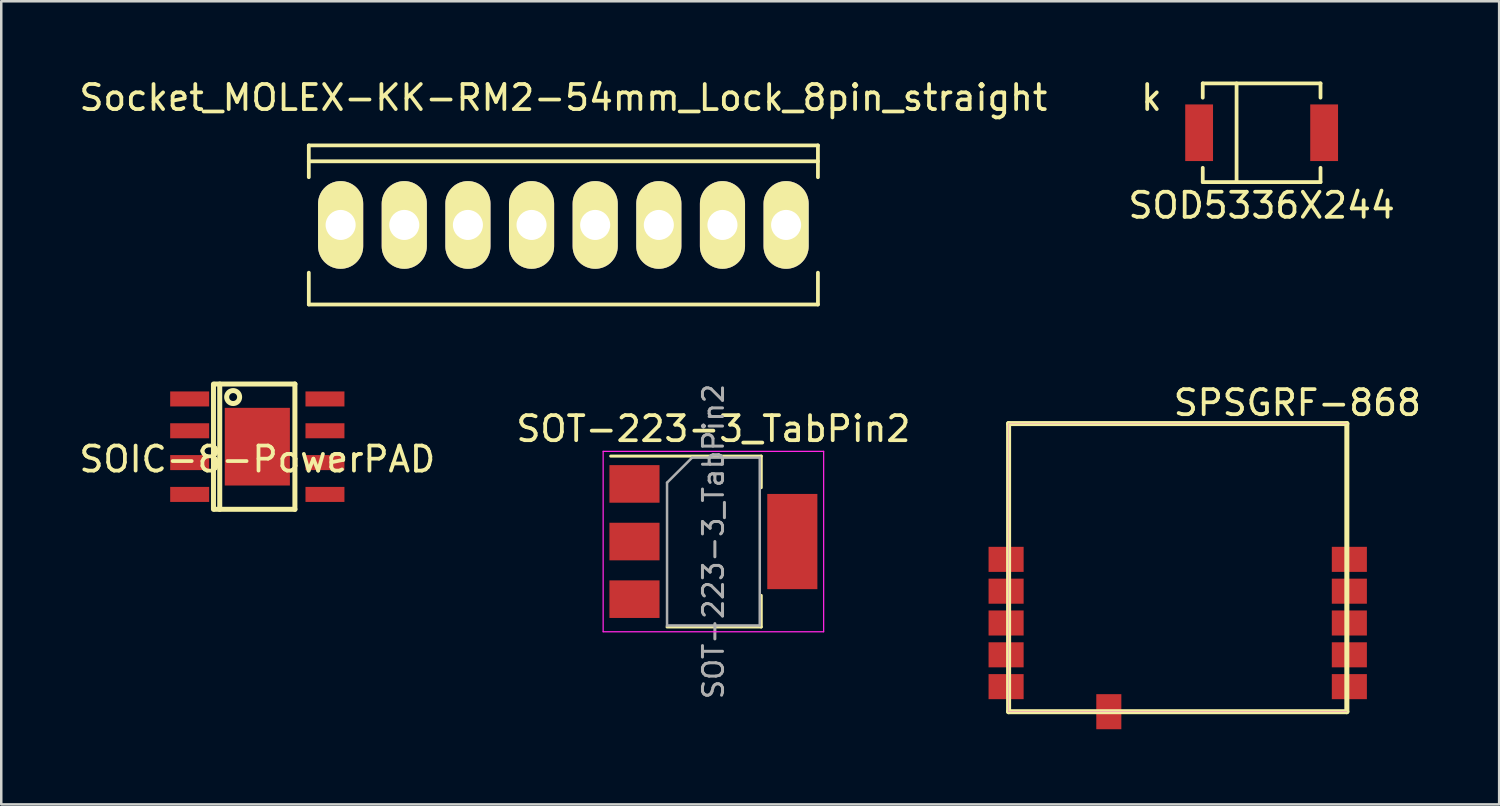
<source format=kicad_pcb>
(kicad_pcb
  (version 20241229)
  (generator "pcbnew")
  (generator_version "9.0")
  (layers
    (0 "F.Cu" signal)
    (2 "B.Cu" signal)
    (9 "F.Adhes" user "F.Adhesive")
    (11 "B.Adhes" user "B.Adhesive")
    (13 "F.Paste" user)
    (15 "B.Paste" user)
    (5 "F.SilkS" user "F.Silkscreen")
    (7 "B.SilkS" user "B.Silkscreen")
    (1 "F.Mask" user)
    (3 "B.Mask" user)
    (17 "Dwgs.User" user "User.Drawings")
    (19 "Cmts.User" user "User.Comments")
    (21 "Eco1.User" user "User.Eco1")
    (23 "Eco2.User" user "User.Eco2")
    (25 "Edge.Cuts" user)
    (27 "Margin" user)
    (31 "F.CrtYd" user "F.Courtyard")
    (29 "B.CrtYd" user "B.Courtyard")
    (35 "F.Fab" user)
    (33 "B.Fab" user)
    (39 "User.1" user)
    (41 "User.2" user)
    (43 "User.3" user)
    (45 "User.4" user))
  (footprint "Socket_MOLEX-KK-RM2-54mm_Lock_8pin_straight"
    (layer "F.Cu")
    (at 19.435 5.928)
    (property "Reference" "Socket_MOLEX-KK-RM2-54mm_Lock_8pin_straight" (at 0 -5.08 0) (layer "F.SilkS") (effects (font (size 1 1) (thickness 0.15))))
    (attr through_hole)
    (fp_line (start -10.16 -3.175) (end 10.16 -3.175) (stroke (width 0.15) (type solid)) (layer "F.SilkS"))
    (fp_line (start -10.16 -1.905) (end -10.16 -3.175) (stroke (width 0.15) (type solid)) (layer "F.SilkS"))
    (fp_line (start -10.16 3.175) (end -10.16 1.905) (stroke (width 0.15) (type solid)) (layer "F.SilkS"))
    (fp_line (start 10.16 -3.175) (end 10.16 -1.905) (stroke (width 0.15) (type solid)) (layer "F.SilkS"))
    (fp_line (start 10.16 -2.54) (end -10.16 -2.54) (stroke (width 0.15) (type solid)) (layer "F.SilkS"))
    (fp_line (start 10.16 3.175) (end -10.16 3.175) (stroke (width 0.15) (type solid)) (layer "F.SilkS"))
    (fp_line (start 10.16 3.175) (end 10.16 1.905) (stroke (width 0.15) (type solid)) (layer "F.SilkS"))
    (pad "1" thru_hole oval (at -8.89 0) (size 1.801 3.5) (drill 1.199) (layers "*.Cu" "*.Mask" "F.SilkS"))
    (pad "2" thru_hole oval (at -6.35 0) (size 1.801 3.5) (drill 1.199) (layers "*.Cu" "*.Mask" "F.SilkS"))
    (pad "3" thru_hole oval (at -3.81 0) (size 1.801 3.5) (drill 1.199) (layers "*.Cu" "*.Mask" "F.SilkS"))
    (pad "4" thru_hole oval (at -1.27 0) (size 1.801 3.5) (drill 1.199) (layers "*.Cu" "*.Mask" "F.SilkS"))
    (pad "5" thru_hole oval (at 1.27 0) (size 1.801 3.5) (drill 1.199) (layers "*.Cu" "*.Mask" "F.SilkS"))
    (pad "6" thru_hole oval (at 3.81 0) (size 1.801 3.5) (drill 1.199) (layers "*.Cu" "*.Mask" "F.SilkS"))
    (pad "7" thru_hole oval (at 6.35 0) (size 1.801 3.5) (drill 1.199) (layers "*.Cu" "*.Mask" "F.SilkS"))
    (pad "8" thru_hole oval (at 8.89 0) (size 1.801 3.5) (drill 1.199) (layers "*.Cu" "*.Mask" "F.SilkS")))
  (footprint "SOIC-8-PowerPAD"
    (layer "F.Cu")
    (at 7.22 14.778)
    (property "Reference" "SOIC-8-PowerPAD" (at 0 0.5 0) (layer "F.SilkS") (effects (font (size 1 1) (thickness 0.15))))
    (attr through_hole)
    (fp_line (start -1.75 -2.5) (end -1.75 2.5) (stroke (width 0.2) (type solid)) (layer "F.SilkS"))
    (fp_line (start -1.7 -2.5) (end 1.5 -2.5) (stroke (width 0.2) (type solid)) (layer "F.SilkS"))
    (fp_line (start -1.7 2.5) (end 1.5 2.5) (stroke (width 0.2) (type solid)) (layer "F.SilkS"))
    (fp_line (start -1.5 -2.5) (end -1.5 2.5) (stroke (width 0.2) (type solid)) (layer "F.SilkS"))
    (fp_line (start 1.5 2.5) (end 1.5 -2.5) (stroke (width 0.2) (type solid)) (layer "F.SilkS"))
    (fp_circle (center -0.965 -1.981) (end -0.711 -1.93) (stroke (width 0.2) (type solid)) (fill no) (layer "F.SilkS"))
    (pad "1" smd rect (at -2.7 -1.905) (size 1.555 0.6) (layers "F.Cu" "F.Mask" "F.Paste"))
    (pad "2" smd rect (at -2.7 -0.635) (size 1.555 0.6) (layers "F.Cu" "F.Mask" "F.Paste"))
    (pad "3" smd rect (at -2.7 0.635) (size 1.555 0.6) (layers "F.Cu" "F.Mask" "F.Paste"))
    (pad "4" smd rect (at -2.7 1.905) (size 1.555 0.6) (layers "F.Cu" "F.Mask" "F.Paste"))
    (pad "5" smd rect (at 2.7 1.905) (size 1.555 0.6) (layers "F.Cu" "F.Mask" "F.Paste"))
    (pad "6" smd rect (at 2.7 0.635) (size 1.555 0.6) (layers "F.Cu" "F.Mask" "F.Paste"))
    (pad "7" smd rect (at 2.7 -0.635) (size 1.555 0.6) (layers "F.Cu" "F.Mask" "F.Paste"))
    (pad "8" smd rect (at 2.7 -1.905) (size 1.555 0.6) (layers "F.Cu" "F.Mask" "F.Paste"))
    (pad "9" smd rect (at 0 0) (size 2.6 3.1) (layers "F.Cu" "F.Mask" "F.Paste")))
  (footprint "SPSGRF-868"
    (layer "F.Cu")
    (at 43.955 21.815)
    (property "Reference" "SPSGRF-868" (at 4.775 -8.788 0) (layer "F.SilkS") (effects (font (size 1 1) (thickness 0.15))))
    (attr through_hole)
    (fp_line (start -6.75 -7.96) (end -6.75 3.54) (stroke (width 0.2) (type solid)) (layer "F.SilkS"))
    (fp_line (start -6.75 -7.96) (end 6.75 -7.96) (stroke (width 0.2) (type solid)) (layer "F.SilkS"))
    (fp_line (start 6.75 -7.96) (end 6.75 3.54) (stroke (width 0.2) (type solid)) (layer "F.SilkS"))
    (fp_line (start 6.75 3.54) (end -6.75 3.54) (stroke (width 0.2) (type solid)) (layer "F.SilkS"))
    (fp_line (start -6.75 -7.96) (end -6.75 3.54) (stroke (width 0.01) (type solid)) (layer "F.CrtYd"))
    (fp_line (start -6.75 -7.96) (end 6.75 -7.96) (stroke (width 0.01) (type solid)) (layer "F.CrtYd"))
    (fp_line (start 6.75 3.54) (end -6.75 3.54) (stroke (width 0.01) (type solid)) (layer "F.CrtYd"))
    (pad "1" smd rect (at -6.85 -2.54) (size 1.4 1) (layers "F.Cu" "F.Mask" "F.Paste"))
    (pad "2" smd rect (at -6.85 -1.27) (size 1.4 1) (layers "F.Cu" "F.Mask" "F.Paste"))
    (pad "3" smd rect (at -6.85 0) (size 1.4 1) (layers "F.Cu" "F.Mask" "F.Paste"))
    (pad "4" smd rect (at -6.85 1.27) (size 1.4 1) (layers "F.Cu" "F.Mask" "F.Paste"))
    (pad "5" smd rect (at -6.85 2.54) (size 1.4 1) (layers "F.Cu" "F.Mask" "F.Paste"))
    (pad "6" smd rect (at -2.75 3.54) (size 1 1.4) (layers "F.Cu" "F.Mask" "F.Paste"))
    (pad "7" smd rect (at 6.85 2.54) (size 1.4 1) (layers "F.Cu" "F.Mask" "F.Paste"))
    (pad "8" smd rect (at 6.85 1.27) (size 1.4 1) (layers "F.Cu" "F.Mask" "F.Paste"))
    (pad "9" smd rect (at 6.85 0) (size 1.4 1) (layers "F.Cu" "F.Mask" "F.Paste"))
    (pad "10" smd rect (at 6.85 -1.27) (size 1.4 1) (layers "F.Cu" "F.Mask" "F.Paste"))
    (pad "11" smd rect (at 6.85 -2.54) (size 1.4 1) (layers "F.Cu" "F.Mask" "F.Paste")))
  (footprint "SOD5336X244"
    (layer "F.Cu")
    (at 47.304 2.248)
    (property "Reference" "SOD5336X244" (at 0 2.9 0) (layer "F.SilkS") (effects (font (size 1 1) (thickness 0.15))))
    (attr through_hole)
    (fp_line (start -2.35 -1.97) (end 2.35 -1.97) (stroke (width 0.15) (type solid)) (layer "F.SilkS"))
    (fp_line (start -2.35 -1.4) (end -2.35 -1.97) (stroke (width 0.15) (type solid)) (layer "F.SilkS"))
    (fp_line (start -2.35 1.97) (end -2.35 1.4) (stroke (width 0.15) (type solid)) (layer "F.SilkS"))
    (fp_line (start -1 -1.97) (end -1 1.97) (stroke (width 0.15) (type solid)) (layer "F.SilkS"))
    (fp_line (start 2.35 -1.97) (end 2.35 -1.4) (stroke (width 0.15) (type solid)) (layer "F.SilkS"))
    (fp_line (start 2.35 1.4) (end 2.35 1.97) (stroke (width 0.15) (type solid)) (layer "F.SilkS"))
    (fp_line (start 2.35 1.97) (end -2.35 1.97) (stroke (width 0.15) (type solid)) (layer "F.SilkS"))
    (fp_text user "k" (at -4.4 -1.4 0) (layer "F.SilkS") (effects (font (size 1 1) (thickness 0.15))))
    (pad "1" smd rect (at -2.495 0 90) (size 2.26 1.11) (layers "F.Cu" "F.Mask" "F.Paste"))
    (pad "2" smd rect (at 2.495 0 90) (size 2.26 1.11) (layers "F.Cu" "F.Mask" "F.Paste")))
  (footprint "SOT-223-3_TabPin2"
    (layer "F.Cu")
    (at 25.423 18.564)
    (property "Reference" "SOT-223-3_TabPin2" (at 0 -4.5 0) (layer "F.SilkS") (effects (font (size 1 1) (thickness 0.15))))
    (attr smd)
    (fp_line (start -4.1 -3.41) (end 1.91 -3.41) (stroke (width 0.12) (type solid)) (layer "F.SilkS"))
    (fp_line (start -1.85 3.41) (end 1.91 3.41) (stroke (width 0.12) (type solid)) (layer "F.SilkS"))
    (fp_line (start 1.91 -3.41) (end 1.91 -2.15) (stroke (width 0.12) (type solid)) (layer "F.SilkS"))
    (fp_line (start 1.91 3.41) (end 1.91 2.15) (stroke (width 0.12) (type solid)) (layer "F.SilkS"))
    (fp_line (start -4.4 -3.6) (end -4.4 3.6) (stroke (width 0.05) (type solid)) (layer "F.CrtYd"))
    (fp_line (start -4.4 3.6) (end 4.4 3.6) (stroke (width 0.05) (type solid)) (layer "F.CrtYd"))
    (fp_line (start 4.4 -3.6) (end -4.4 -3.6) (stroke (width 0.05) (type solid)) (layer "F.CrtYd"))
    (fp_line (start 4.4 3.6) (end 4.4 -3.6) (stroke (width 0.05) (type solid)) (layer "F.CrtYd"))
    (fp_line (start -1.85 -2.35) (end -1.85 3.35) (stroke (width 0.1) (type solid)) (layer "F.Fab"))
    (fp_line (start -1.85 -2.35) (end -0.85 -3.35) (stroke (width 0.1) (type solid)) (layer "F.Fab"))
    (fp_line (start -1.85 3.35) (end 1.85 3.35) (stroke (width 0.1) (type solid)) (layer "F.Fab"))
    (fp_line (start -0.85 -3.35) (end 1.85 -3.35) (stroke (width 0.1) (type solid)) (layer "F.Fab"))
    (fp_line (start 1.85 -3.35) (end 1.85 3.35) (stroke (width 0.1) (type solid)) (layer "F.Fab"))
    (fp_text user "${REFERENCE}" (at 0 0 90) (layer "F.Fab") (effects (font (size 0.8 0.8) (thickness 0.12))))
    (pad "1" smd rect (at -3.15 -2.3) (size 2 1.5) (layers "F.Cu" "F.Mask" "F.Paste"))
    (pad "2" smd rect (at -3.15 0) (size 2 1.5) (layers "F.Cu" "F.Mask" "F.Paste"))
    (pad "2" smd rect (at 3.15 0) (size 2 3.8) (layers "F.Cu" "F.Mask" "F.Paste"))
    (pad "3" smd rect (at -3.15 2.3) (size 2 1.5) (layers "F.Cu" "F.Mask" "F.Paste")))
  (gr_rect
    (start -3 -3)
    (end 56.784 29.055)
    (stroke (width 0.1) (type default))
    (fill no)
    (layer "Edge.Cuts")))
</source>
